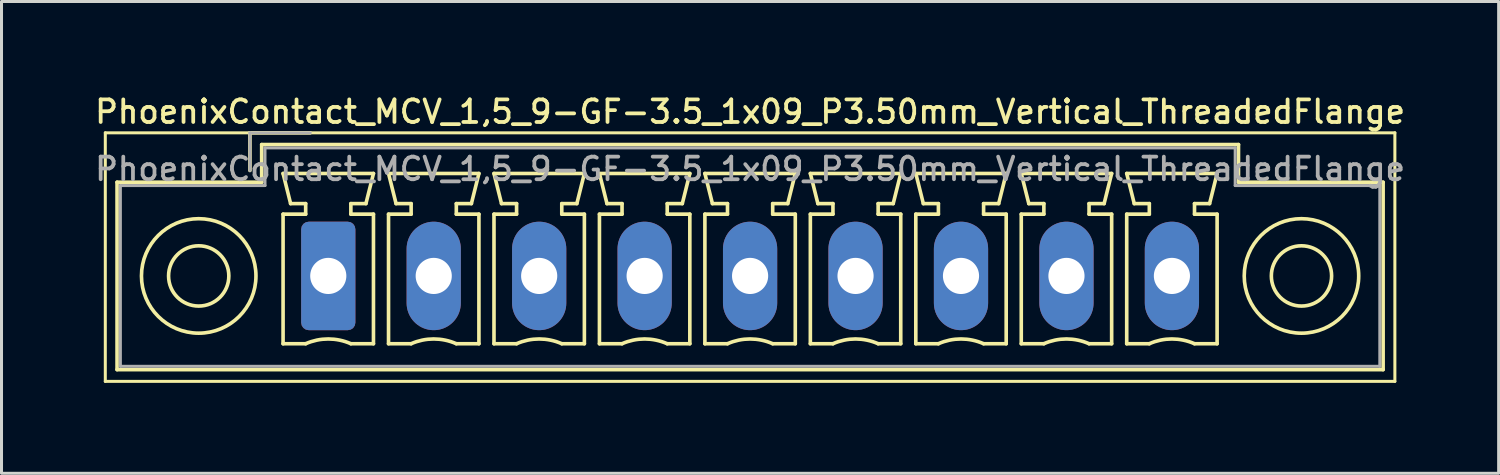
<source format=kicad_pcb>
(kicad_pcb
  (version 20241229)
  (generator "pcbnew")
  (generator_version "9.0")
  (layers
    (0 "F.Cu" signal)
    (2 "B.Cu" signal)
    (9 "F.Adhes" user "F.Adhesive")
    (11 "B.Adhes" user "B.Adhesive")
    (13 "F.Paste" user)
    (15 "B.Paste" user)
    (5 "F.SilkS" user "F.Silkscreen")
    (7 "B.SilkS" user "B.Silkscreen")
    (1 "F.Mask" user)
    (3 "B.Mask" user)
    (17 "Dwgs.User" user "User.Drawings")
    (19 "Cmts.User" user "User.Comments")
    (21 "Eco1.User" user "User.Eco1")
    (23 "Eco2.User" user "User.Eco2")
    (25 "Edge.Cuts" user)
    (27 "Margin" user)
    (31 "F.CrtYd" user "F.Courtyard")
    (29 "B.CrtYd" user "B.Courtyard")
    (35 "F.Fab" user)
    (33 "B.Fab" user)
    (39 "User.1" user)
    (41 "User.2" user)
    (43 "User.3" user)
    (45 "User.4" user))
  (footprint "PhoenixContact_MCV_1,5_9-GF-3.5_1x09_P3.50mm_Vertical_ThreadedFlange"
    (layer "F.Cu")
    (at 7.845 6.108)
    (property "Reference" "PhoenixContact_MCV_1,5_9-GF-3.5_1x09_P3.50mm_Vertical_ThreadedFlange" (at 14 -5.45 0) (layer "F.SilkS") (effects (font (size 0.75 0.75) (thickness 0.125))))
    (attr through_hole)
    (fp_line (start -7.4 -4.75) (end -7.4 3.5) (stroke (width 0.1) (type solid)) (layer "F.SilkS"))
    (fp_line (start -7.4 3.5) (end 35.4 3.5) (stroke (width 0.1) (type solid)) (layer "F.SilkS"))
    (fp_line (start -7.01 -3.11) (end -7.01 3.11) (stroke (width 0.12) (type solid)) (layer "F.SilkS"))
    (fp_line (start -7.01 3.11) (end 35.01 3.11) (stroke (width 0.12) (type solid)) (layer "F.SilkS"))
    (fp_line (start -2.6 -4.75) (end -0.6 -4.75) (stroke (width 0.12) (type solid)) (layer "F.SilkS"))
    (fp_line (start -2.6 -3.5) (end -2.6 -4.75) (stroke (width 0.12) (type solid)) (layer "F.SilkS"))
    (fp_line (start -2.21 -4.36) (end -2.21 -3.11) (stroke (width 0.12) (type solid)) (layer "F.SilkS"))
    (fp_line (start -2.21 -3.11) (end -7.01 -3.11) (stroke (width 0.12) (type solid)) (layer "F.SilkS"))
    (fp_line (start -1.5 -3.4) (end 1.5 -3.4) (stroke (width 0.12) (type solid)) (layer "F.SilkS"))
    (fp_line (start -1.5 -2.05) (end -0.75 -2.05) (stroke (width 0.12) (type solid)) (layer "F.SilkS"))
    (fp_line (start -1.5 2.25) (end -1.5 -2.05) (stroke (width 0.12) (type solid)) (layer "F.SilkS"))
    (fp_line (start -1.25 -2.4) (end -1.5 -3.4) (stroke (width 0.12) (type solid)) (layer "F.SilkS"))
    (fp_line (start -0.75 -2.4) (end -1.25 -2.4) (stroke (width 0.12) (type solid)) (layer "F.SilkS"))
    (fp_line (start -0.75 -2.05) (end -0.75 -2.4) (stroke (width 0.12) (type solid)) (layer "F.SilkS"))
    (fp_line (start -0.75 2.25) (end -1.5 2.25) (stroke (width 0.12) (type solid)) (layer "F.SilkS"))
    (fp_line (start 0.75 -2.4) (end 0.75 -2.05) (stroke (width 0.12) (type solid)) (layer "F.SilkS"))
    (fp_line (start 0.75 -2.05) (end 1.5 -2.05) (stroke (width 0.12) (type solid)) (layer "F.SilkS"))
    (fp_line (start 1.25 -2.4) (end 0.75 -2.4) (stroke (width 0.12) (type solid)) (layer "F.SilkS"))
    (fp_line (start 1.5 -3.4) (end 1.25 -2.4) (stroke (width 0.12) (type solid)) (layer "F.SilkS"))
    (fp_line (start 1.5 -2.05) (end 1.5 2.25) (stroke (width 0.12) (type solid)) (layer "F.SilkS"))
    (fp_line (start 1.5 2.25) (end 0.75 2.25) (stroke (width 0.12) (type solid)) (layer "F.SilkS"))
    (fp_line (start 2 -3.4) (end 5 -3.4) (stroke (width 0.12) (type solid)) (layer "F.SilkS"))
    (fp_line (start 2 -2.05) (end 2.75 -2.05) (stroke (width 0.12) (type solid)) (layer "F.SilkS"))
    (fp_line (start 2 2.25) (end 2 -2.05) (stroke (width 0.12) (type solid)) (layer "F.SilkS"))
    (fp_line (start 2.25 -2.4) (end 2 -3.4) (stroke (width 0.12) (type solid)) (layer "F.SilkS"))
    (fp_line (start 2.75 -2.4) (end 2.25 -2.4) (stroke (width 0.12) (type solid)) (layer "F.SilkS"))
    (fp_line (start 2.75 -2.05) (end 2.75 -2.4) (stroke (width 0.12) (type solid)) (layer "F.SilkS"))
    (fp_line (start 2.75 2.25) (end 2 2.25) (stroke (width 0.12) (type solid)) (layer "F.SilkS"))
    (fp_line (start 4.25 -2.4) (end 4.25 -2.05) (stroke (width 0.12) (type solid)) (layer "F.SilkS"))
    (fp_line (start 4.25 -2.05) (end 5 -2.05) (stroke (width 0.12) (type solid)) (layer "F.SilkS"))
    (fp_line (start 4.75 -2.4) (end 4.25 -2.4) (stroke (width 0.12) (type solid)) (layer "F.SilkS"))
    (fp_line (start 5 -3.4) (end 4.75 -2.4) (stroke (width 0.12) (type solid)) (layer "F.SilkS"))
    (fp_line (start 5 -2.05) (end 5 2.25) (stroke (width 0.12) (type solid)) (layer "F.SilkS"))
    (fp_line (start 5 2.25) (end 4.25 2.25) (stroke (width 0.12) (type solid)) (layer "F.SilkS"))
    (fp_line (start 5.5 -3.4) (end 8.5 -3.4) (stroke (width 0.12) (type solid)) (layer "F.SilkS"))
    (fp_line (start 5.5 -2.05) (end 6.25 -2.05) (stroke (width 0.12) (type solid)) (layer "F.SilkS"))
    (fp_line (start 5.5 2.25) (end 5.5 -2.05) (stroke (width 0.12) (type solid)) (layer "F.SilkS"))
    (fp_line (start 5.75 -2.4) (end 5.5 -3.4) (stroke (width 0.12) (type solid)) (layer "F.SilkS"))
    (fp_line (start 6.25 -2.4) (end 5.75 -2.4) (stroke (width 0.12) (type solid)) (layer "F.SilkS"))
    (fp_line (start 6.25 -2.05) (end 6.25 -2.4) (stroke (width 0.12) (type solid)) (layer "F.SilkS"))
    (fp_line (start 6.25 2.25) (end 5.5 2.25) (stroke (width 0.12) (type solid)) (layer "F.SilkS"))
    (fp_line (start 7.75 -2.4) (end 7.75 -2.05) (stroke (width 0.12) (type solid)) (layer "F.SilkS"))
    (fp_line (start 7.75 -2.05) (end 8.5 -2.05) (stroke (width 0.12) (type solid)) (layer "F.SilkS"))
    (fp_line (start 8.25 -2.4) (end 7.75 -2.4) (stroke (width 0.12) (type solid)) (layer "F.SilkS"))
    (fp_line (start 8.5 -3.4) (end 8.25 -2.4) (stroke (width 0.12) (type solid)) (layer "F.SilkS"))
    (fp_line (start 8.5 -2.05) (end 8.5 2.25) (stroke (width 0.12) (type solid)) (layer "F.SilkS"))
    (fp_line (start 8.5 2.25) (end 7.75 2.25) (stroke (width 0.12) (type solid)) (layer "F.SilkS"))
    (fp_line (start 9 -3.4) (end 12 -3.4) (stroke (width 0.12) (type solid)) (layer "F.SilkS"))
    (fp_line (start 9 -2.05) (end 9.75 -2.05) (stroke (width 0.12) (type solid)) (layer "F.SilkS"))
    (fp_line (start 9 2.25) (end 9 -2.05) (stroke (width 0.12) (type solid)) (layer "F.SilkS"))
    (fp_line (start 9.25 -2.4) (end 9 -3.4) (stroke (width 0.12) (type solid)) (layer "F.SilkS"))
    (fp_line (start 9.75 -2.4) (end 9.25 -2.4) (stroke (width 0.12) (type solid)) (layer "F.SilkS"))
    (fp_line (start 9.75 -2.05) (end 9.75 -2.4) (stroke (width 0.12) (type solid)) (layer "F.SilkS"))
    (fp_line (start 9.75 2.25) (end 9 2.25) (stroke (width 0.12) (type solid)) (layer "F.SilkS"))
    (fp_line (start 11.25 -2.4) (end 11.25 -2.05) (stroke (width 0.12) (type solid)) (layer "F.SilkS"))
    (fp_line (start 11.25 -2.05) (end 12 -2.05) (stroke (width 0.12) (type solid)) (layer "F.SilkS"))
    (fp_line (start 11.75 -2.4) (end 11.25 -2.4) (stroke (width 0.12) (type solid)) (layer "F.SilkS"))
    (fp_line (start 12 -3.4) (end 11.75 -2.4) (stroke (width 0.12) (type solid)) (layer "F.SilkS"))
    (fp_line (start 12 -2.05) (end 12 2.25) (stroke (width 0.12) (type solid)) (layer "F.SilkS"))
    (fp_line (start 12 2.25) (end 11.25 2.25) (stroke (width 0.12) (type solid)) (layer "F.SilkS"))
    (fp_line (start 12.5 -3.4) (end 15.5 -3.4) (stroke (width 0.12) (type solid)) (layer "F.SilkS"))
    (fp_line (start 12.5 -2.05) (end 13.25 -2.05) (stroke (width 0.12) (type solid)) (layer "F.SilkS"))
    (fp_line (start 12.5 2.25) (end 12.5 -2.05) (stroke (width 0.12) (type solid)) (layer "F.SilkS"))
    (fp_line (start 12.75 -2.4) (end 12.5 -3.4) (stroke (width 0.12) (type solid)) (layer "F.SilkS"))
    (fp_line (start 13.25 -2.4) (end 12.75 -2.4) (stroke (width 0.12) (type solid)) (layer "F.SilkS"))
    (fp_line (start 13.25 -2.05) (end 13.25 -2.4) (stroke (width 0.12) (type solid)) (layer "F.SilkS"))
    (fp_line (start 13.25 2.25) (end 12.5 2.25) (stroke (width 0.12) (type solid)) (layer "F.SilkS"))
    (fp_line (start 14.75 -2.4) (end 14.75 -2.05) (stroke (width 0.12) (type solid)) (layer "F.SilkS"))
    (fp_line (start 14.75 -2.05) (end 15.5 -2.05) (stroke (width 0.12) (type solid)) (layer "F.SilkS"))
    (fp_line (start 15.25 -2.4) (end 14.75 -2.4) (stroke (width 0.12) (type solid)) (layer "F.SilkS"))
    (fp_line (start 15.5 -3.4) (end 15.25 -2.4) (stroke (width 0.12) (type solid)) (layer "F.SilkS"))
    (fp_line (start 15.5 -2.05) (end 15.5 2.25) (stroke (width 0.12) (type solid)) (layer "F.SilkS"))
    (fp_line (start 15.5 2.25) (end 14.75 2.25) (stroke (width 0.12) (type solid)) (layer "F.SilkS"))
    (fp_line (start 16 -3.4) (end 19 -3.4) (stroke (width 0.12) (type solid)) (layer "F.SilkS"))
    (fp_line (start 16 -2.05) (end 16.75 -2.05) (stroke (width 0.12) (type solid)) (layer "F.SilkS"))
    (fp_line (start 16 2.25) (end 16 -2.05) (stroke (width 0.12) (type solid)) (layer "F.SilkS"))
    (fp_line (start 16.25 -2.4) (end 16 -3.4) (stroke (width 0.12) (type solid)) (layer "F.SilkS"))
    (fp_line (start 16.75 -2.4) (end 16.25 -2.4) (stroke (width 0.12) (type solid)) (layer "F.SilkS"))
    (fp_line (start 16.75 -2.05) (end 16.75 -2.4) (stroke (width 0.12) (type solid)) (layer "F.SilkS"))
    (fp_line (start 16.75 2.25) (end 16 2.25) (stroke (width 0.12) (type solid)) (layer "F.SilkS"))
    (fp_line (start 18.25 -2.4) (end 18.25 -2.05) (stroke (width 0.12) (type solid)) (layer "F.SilkS"))
    (fp_line (start 18.25 -2.05) (end 19 -2.05) (stroke (width 0.12) (type solid)) (layer "F.SilkS"))
    (fp_line (start 18.75 -2.4) (end 18.25 -2.4) (stroke (width 0.12) (type solid)) (layer "F.SilkS"))
    (fp_line (start 19 -3.4) (end 18.75 -2.4) (stroke (width 0.12) (type solid)) (layer "F.SilkS"))
    (fp_line (start 19 -2.05) (end 19 2.25) (stroke (width 0.12) (type solid)) (layer "F.SilkS"))
    (fp_line (start 19 2.25) (end 18.25 2.25) (stroke (width 0.12) (type solid)) (layer "F.SilkS"))
    (fp_line (start 19.5 -3.4) (end 22.5 -3.4) (stroke (width 0.12) (type solid)) (layer "F.SilkS"))
    (fp_line (start 19.5 -2.05) (end 20.25 -2.05) (stroke (width 0.12) (type solid)) (layer "F.SilkS"))
    (fp_line (start 19.5 2.25) (end 19.5 -2.05) (stroke (width 0.12) (type solid)) (layer "F.SilkS"))
    (fp_line (start 19.75 -2.4) (end 19.5 -3.4) (stroke (width 0.12) (type solid)) (layer "F.SilkS"))
    (fp_line (start 20.25 -2.4) (end 19.75 -2.4) (stroke (width 0.12) (type solid)) (layer "F.SilkS"))
    (fp_line (start 20.25 -2.05) (end 20.25 -2.4) (stroke (width 0.12) (type solid)) (layer "F.SilkS"))
    (fp_line (start 20.25 2.25) (end 19.5 2.25) (stroke (width 0.12) (type solid)) (layer "F.SilkS"))
    (fp_line (start 21.75 -2.4) (end 21.75 -2.05) (stroke (width 0.12) (type solid)) (layer "F.SilkS"))
    (fp_line (start 21.75 -2.05) (end 22.5 -2.05) (stroke (width 0.12) (type solid)) (layer "F.SilkS"))
    (fp_line (start 22.25 -2.4) (end 21.75 -2.4) (stroke (width 0.12) (type solid)) (layer "F.SilkS"))
    (fp_line (start 22.5 -3.4) (end 22.25 -2.4) (stroke (width 0.12) (type solid)) (layer "F.SilkS"))
    (fp_line (start 22.5 -2.05) (end 22.5 2.25) (stroke (width 0.12) (type solid)) (layer "F.SilkS"))
    (fp_line (start 22.5 2.25) (end 21.75 2.25) (stroke (width 0.12) (type solid)) (layer "F.SilkS"))
    (fp_line (start 23 -3.4) (end 26 -3.4) (stroke (width 0.12) (type solid)) (layer "F.SilkS"))
    (fp_line (start 23 -2.05) (end 23.75 -2.05) (stroke (width 0.12) (type solid)) (layer "F.SilkS"))
    (fp_line (start 23 2.25) (end 23 -2.05) (stroke (width 0.12) (type solid)) (layer "F.SilkS"))
    (fp_line (start 23.25 -2.4) (end 23 -3.4) (stroke (width 0.12) (type solid)) (layer "F.SilkS"))
    (fp_line (start 23.75 -2.4) (end 23.25 -2.4) (stroke (width 0.12) (type solid)) (layer "F.SilkS"))
    (fp_line (start 23.75 -2.05) (end 23.75 -2.4) (stroke (width 0.12) (type solid)) (layer "F.SilkS"))
    (fp_line (start 23.75 2.25) (end 23 2.25) (stroke (width 0.12) (type solid)) (layer "F.SilkS"))
    (fp_line (start 25.25 -2.4) (end 25.25 -2.05) (stroke (width 0.12) (type solid)) (layer "F.SilkS"))
    (fp_line (start 25.25 -2.05) (end 26 -2.05) (stroke (width 0.12) (type solid)) (layer "F.SilkS"))
    (fp_line (start 25.75 -2.4) (end 25.25 -2.4) (stroke (width 0.12) (type solid)) (layer "F.SilkS"))
    (fp_line (start 26 -3.4) (end 25.75 -2.4) (stroke (width 0.12) (type solid)) (layer "F.SilkS"))
    (fp_line (start 26 -2.05) (end 26 2.25) (stroke (width 0.12) (type solid)) (layer "F.SilkS"))
    (fp_line (start 26 2.25) (end 25.25 2.25) (stroke (width 0.12) (type solid)) (layer "F.SilkS"))
    (fp_line (start 26.5 -3.4) (end 29.5 -3.4) (stroke (width 0.12) (type solid)) (layer "F.SilkS"))
    (fp_line (start 26.5 -2.05) (end 27.25 -2.05) (stroke (width 0.12) (type solid)) (layer "F.SilkS"))
    (fp_line (start 26.5 2.25) (end 26.5 -2.05) (stroke (width 0.12) (type solid)) (layer "F.SilkS"))
    (fp_line (start 26.75 -2.4) (end 26.5 -3.4) (stroke (width 0.12) (type solid)) (layer "F.SilkS"))
    (fp_line (start 27.25 -2.4) (end 26.75 -2.4) (stroke (width 0.12) (type solid)) (layer "F.SilkS"))
    (fp_line (start 27.25 -2.05) (end 27.25 -2.4) (stroke (width 0.12) (type solid)) (layer "F.SilkS"))
    (fp_line (start 27.25 2.25) (end 26.5 2.25) (stroke (width 0.12) (type solid)) (layer "F.SilkS"))
    (fp_line (start 28.75 -2.4) (end 28.75 -2.05) (stroke (width 0.12) (type solid)) (layer "F.SilkS"))
    (fp_line (start 28.75 -2.05) (end 29.5 -2.05) (stroke (width 0.12) (type solid)) (layer "F.SilkS"))
    (fp_line (start 29.25 -2.4) (end 28.75 -2.4) (stroke (width 0.12) (type solid)) (layer "F.SilkS"))
    (fp_line (start 29.5 -3.4) (end 29.25 -2.4) (stroke (width 0.12) (type solid)) (layer "F.SilkS"))
    (fp_line (start 29.5 -2.05) (end 29.5 2.25) (stroke (width 0.12) (type solid)) (layer "F.SilkS"))
    (fp_line (start 29.5 2.25) (end 28.75 2.25) (stroke (width 0.12) (type solid)) (layer "F.SilkS"))
    (fp_line (start 30.21 -4.36) (end -2.21 -4.36) (stroke (width 0.12) (type solid)) (layer "F.SilkS"))
    (fp_line (start 30.21 -3.11) (end 30.21 -4.36) (stroke (width 0.12) (type solid)) (layer "F.SilkS"))
    (fp_line (start 35.01 -3.11) (end 30.21 -3.11) (stroke (width 0.12) (type solid)) (layer "F.SilkS"))
    (fp_line (start 35.01 3.11) (end 35.01 -3.11) (stroke (width 0.12) (type solid)) (layer "F.SilkS"))
    (fp_line (start 35.4 -4.75) (end -7.4 -4.75) (stroke (width 0.1) (type solid)) (layer "F.SilkS"))
    (fp_line (start 35.4 3.5) (end 35.4 -4.75) (stroke (width 0.1) (type solid)) (layer "F.SilkS"))
    (fp_arc (start -0.75 2.25) (mid -0.000193 2.09191) (end 0.749647 2.249844) (stroke (width 0.12) (type solid)) (layer "F.SilkS"))
    (fp_arc (start 2.75 2.25) (mid 3.499807 2.09191) (end 4.249647 2.249844) (stroke (width 0.12) (type solid)) (layer "F.SilkS"))
    (fp_arc (start 6.25 2.25) (mid 6.999807 2.09191) (end 7.749647 2.249844) (stroke (width 0.12) (type solid)) (layer "F.SilkS"))
    (fp_arc (start 9.75 2.25) (mid 10.499807 2.09191) (end 11.249647 2.249844) (stroke (width 0.12) (type solid)) (layer "F.SilkS"))
    (fp_arc (start 13.25 2.25) (mid 13.999807 2.09191) (end 14.749647 2.249844) (stroke (width 0.12) (type solid)) (layer "F.SilkS"))
    (fp_arc (start 16.75 2.25) (mid 17.499807 2.09191) (end 18.249647 2.249844) (stroke (width 0.12) (type solid)) (layer "F.SilkS"))
    (fp_arc (start 20.25 2.25) (mid 20.999807 2.09191) (end 21.749647 2.249844) (stroke (width 0.12) (type solid)) (layer "F.SilkS"))
    (fp_arc (start 23.75 2.25) (mid 24.499807 2.09191) (end 25.249647 2.249844) (stroke (width 0.12) (type solid)) (layer "F.SilkS"))
    (fp_arc (start 27.25 2.25) (mid 27.999807 2.09191) (end 28.749647 2.249844) (stroke (width 0.12) (type solid)) (layer "F.SilkS"))
    (fp_circle (center -4.3 0) (end -3.3 0) (stroke (width 0.12) (type solid)) (fill no) (layer "F.SilkS"))
    (fp_circle (center -4.3 0) (end -2.4 0) (stroke (width 0.12) (type solid)) (fill no) (layer "F.SilkS"))
    (fp_circle (center 32.3 0) (end 33.3 0) (stroke (width 0.12) (type solid)) (fill no) (layer "F.SilkS"))
    (fp_circle (center 32.3 0) (end 34.2 0) (stroke (width 0.12) (type solid)) (fill no) (layer "F.SilkS"))
    (fp_line (start -6.9 -3) (end -6.9 3) (stroke (width 0.1) (type solid)) (layer "F.Fab"))
    (fp_line (start -6.9 3) (end 34.9 3) (stroke (width 0.1) (type solid)) (layer "F.Fab"))
    (fp_line (start -2.6 -4.75) (end -0.6 -4.75) (stroke (width 0.1) (type solid)) (layer "F.Fab"))
    (fp_line (start -2.6 -3.5) (end -2.6 -4.75) (stroke (width 0.1) (type solid)) (layer "F.Fab"))
    (fp_line (start -2.1 -4.25) (end -2.1 -3) (stroke (width 0.1) (type solid)) (layer "F.Fab"))
    (fp_line (start -2.1 -3) (end -6.9 -3) (stroke (width 0.1) (type solid)) (layer "F.Fab"))
    (fp_line (start 30.1 -4.25) (end -2.1 -4.25) (stroke (width 0.1) (type solid)) (layer "F.Fab"))
    (fp_line (start 30.1 -3) (end 30.1 -4.25) (stroke (width 0.1) (type solid)) (layer "F.Fab"))
    (fp_line (start 34.9 -3) (end 30.1 -3) (stroke (width 0.1) (type solid)) (layer "F.Fab"))
    (fp_line (start 34.9 3) (end 34.9 -3) (stroke (width 0.1) (type solid)) (layer "F.Fab"))
    (fp_text user "${REFERENCE}" (at 14 -3.55 0) (layer "F.Fab") (effects (font (size 0.75 0.75) (thickness 0.125))))
    (pad "1" thru_hole roundrect (at 0 0) (size 1.8 3.6) (drill 1.2) (layers "*.Cu" "*.Mask") (roundrect_rratio 0.139))
    (pad "2" thru_hole oval (at 3.5 0) (size 1.8 3.6) (drill 1.2) (layers "*.Cu" "*.Mask"))
    (pad "3" thru_hole oval (at 7 0) (size 1.8 3.6) (drill 1.2) (layers "*.Cu" "*.Mask"))
    (pad "4" thru_hole oval (at 10.5 0) (size 1.8 3.6) (drill 1.2) (layers "*.Cu" "*.Mask"))
    (pad "5" thru_hole oval (at 14 0) (size 1.8 3.6) (drill 1.2) (layers "*.Cu" "*.Mask"))
    (pad "6" thru_hole oval (at 17.5 0) (size 1.8 3.6) (drill 1.2) (layers "*.Cu" "*.Mask"))
    (pad "7" thru_hole oval (at 21 0) (size 1.8 3.6) (drill 1.2) (layers "*.Cu" "*.Mask"))
    (pad "8" thru_hole oval (at 24.5 0) (size 1.8 3.6) (drill 1.2) (layers "*.Cu" "*.Mask"))
    (pad "9" thru_hole oval (at 28 0) (size 1.8 3.6) (drill 1.2) (layers "*.Cu" "*.Mask")))
  (gr_rect
    (start -3 -3)
    (end 46.689 12.658)
    (stroke (width 0.1) (type default))
    (fill no)
    (layer "Edge.Cuts")))
</source>
